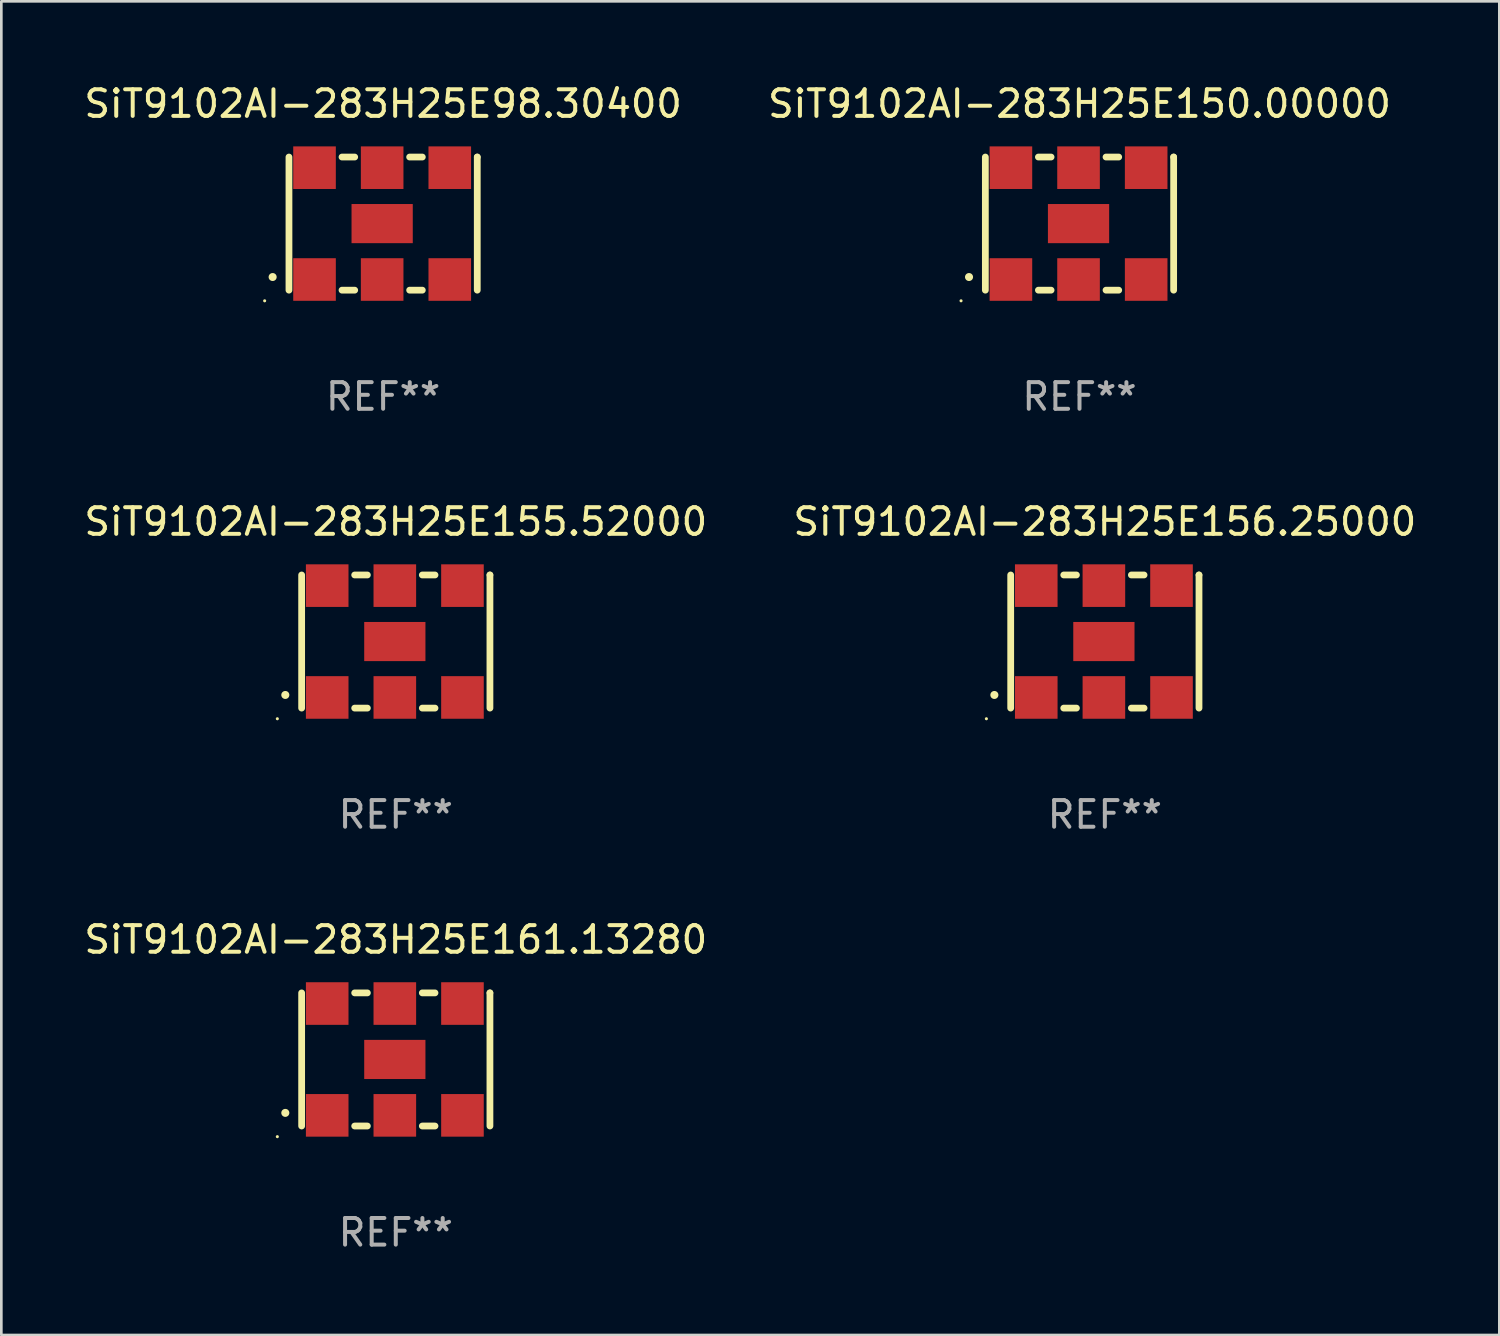
<source format=kicad_pcb>
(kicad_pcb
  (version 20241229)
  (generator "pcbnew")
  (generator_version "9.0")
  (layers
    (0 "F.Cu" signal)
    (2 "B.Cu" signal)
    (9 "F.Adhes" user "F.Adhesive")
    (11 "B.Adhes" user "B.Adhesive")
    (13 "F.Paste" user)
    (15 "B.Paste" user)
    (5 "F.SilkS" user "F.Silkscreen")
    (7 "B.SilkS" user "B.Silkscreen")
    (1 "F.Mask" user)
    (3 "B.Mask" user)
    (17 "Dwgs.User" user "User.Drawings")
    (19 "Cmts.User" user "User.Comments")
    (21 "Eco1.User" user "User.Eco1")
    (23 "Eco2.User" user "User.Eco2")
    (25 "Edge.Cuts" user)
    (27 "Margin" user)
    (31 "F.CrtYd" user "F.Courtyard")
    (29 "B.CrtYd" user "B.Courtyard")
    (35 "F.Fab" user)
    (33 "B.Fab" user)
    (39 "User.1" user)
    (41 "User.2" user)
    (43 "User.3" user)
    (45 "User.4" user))
  (footprint "SiT9102AI-283H25E98.30400"
    (layer "F.Cu")
    (at 11.339 5.348)
    (property "Reference" "SiT9102AI-283H25E98.30400" (at 0 -4.5 0) (layer "F.SilkS") (effects (font (size 1 1) (thickness 0.15))))
    (attr through_hole)
    (fp_line (start -3.536 -2.5) (end -3.536 2.5) (stroke (width 0.254) (type solid)) (layer "F.SilkS"))
    (fp_line (start -1.544 2.5) (end -1.067 2.5) (stroke (width 0.254) (type solid)) (layer "F.SilkS"))
    (fp_line (start -1.067 -2.5) (end -1.544 -2.5) (stroke (width 0.254) (type solid)) (layer "F.SilkS"))
    (fp_line (start 0.996 2.5) (end 1.473 2.5) (stroke (width 0.254) (type solid)) (layer "F.SilkS"))
    (fp_line (start 1.473 -2.5) (end 0.996 -2.5) (stroke (width 0.254) (type solid)) (layer "F.SilkS"))
    (fp_line (start 3.536 -2.5) (end 3.536 -2.5) (stroke (width 0.254) (type solid)) (layer "F.SilkS"))
    (fp_line (start 3.536 2.5) (end 3.536 -2.5) (stroke (width 0.254) (type solid)) (layer "F.SilkS"))
    (fp_arc (start -4.150432 2.006604) (mid -4.149162 2.006599) (end -4.147892 2.006604) (stroke (width 0.3) (type solid)) (layer "F.SilkS"))
    (fp_circle (center -4.449 2.9) (end -4.419 2.9) (stroke (width 0.06) (type solid)) (fill no) (layer "F.SilkS"))
    (fp_text user "REF**" (at 0 6.5 0) (layer "F.Fab") (effects (font (size 1 1) (thickness 0.15))))
    (pad "1" smd rect (at -2.576 2.1) (size 1.6 1.6) (layers "F.Cu" "F.Mask" "F.Paste"))
    (pad "2" smd rect (at -0.036 2.1) (size 1.6 1.6) (layers "F.Cu" "F.Mask" "F.Paste"))
    (pad "3" smd rect (at 2.504 2.1) (size 1.6 1.6) (layers "F.Cu" "F.Mask" "F.Paste"))
    (pad "4" smd rect (at 2.504 -2.1) (size 1.6 1.6) (layers "F.Cu" "F.Mask" "F.Paste"))
    (pad "5" smd rect (at -0.036 -2.1) (size 1.6 1.6) (layers "F.Cu" "F.Mask" "F.Paste"))
    (pad "6" smd rect (at -2.576 -2.1) (size 1.6 1.6) (layers "F.Cu" "F.Mask" "F.Paste"))
    (pad "7" smd rect (at -0.036 0) (size 2.3 1.47) (layers "F.Cu" "F.Mask" "F.Paste")))
  (footprint "SiT9102AI-283H25E156.25000"
    (layer "F.Cu")
    (at 38.446 21.045)
    (property "Reference" "SiT9102AI-283H25E156.25000" (at 0 -4.5 0) (layer "F.SilkS") (effects (font (size 1 1) (thickness 0.15))))
    (attr through_hole)
    (fp_line (start -3.536 -2.5) (end -3.536 2.5) (stroke (width 0.254) (type solid)) (layer "F.SilkS"))
    (fp_line (start -1.544 2.5) (end -1.067 2.5) (stroke (width 0.254) (type solid)) (layer "F.SilkS"))
    (fp_line (start -1.067 -2.5) (end -1.544 -2.5) (stroke (width 0.254) (type solid)) (layer "F.SilkS"))
    (fp_line (start 0.996 2.5) (end 1.473 2.5) (stroke (width 0.254) (type solid)) (layer "F.SilkS"))
    (fp_line (start 1.473 -2.5) (end 0.996 -2.5) (stroke (width 0.254) (type solid)) (layer "F.SilkS"))
    (fp_line (start 3.536 -2.5) (end 3.536 -2.5) (stroke (width 0.254) (type solid)) (layer "F.SilkS"))
    (fp_line (start 3.536 2.5) (end 3.536 -2.5) (stroke (width 0.254) (type solid)) (layer "F.SilkS"))
    (fp_arc (start -4.150432 2.006604) (mid -4.149162 2.006599) (end -4.147892 2.006604) (stroke (width 0.3) (type solid)) (layer "F.SilkS"))
    (fp_circle (center -4.449 2.9) (end -4.419 2.9) (stroke (width 0.06) (type solid)) (fill no) (layer "F.SilkS"))
    (fp_text user "REF**" (at 0 6.5 0) (layer "F.Fab") (effects (font (size 1 1) (thickness 0.15))))
    (pad "1" smd rect (at -2.576 2.1) (size 1.6 1.6) (layers "F.Cu" "F.Mask" "F.Paste"))
    (pad "2" smd rect (at -0.036 2.1) (size 1.6 1.6) (layers "F.Cu" "F.Mask" "F.Paste"))
    (pad "3" smd rect (at 2.504 2.1) (size 1.6 1.6) (layers "F.Cu" "F.Mask" "F.Paste"))
    (pad "4" smd rect (at 2.504 -2.1) (size 1.6 1.6) (layers "F.Cu" "F.Mask" "F.Paste"))
    (pad "5" smd rect (at -0.036 -2.1) (size 1.6 1.6) (layers "F.Cu" "F.Mask" "F.Paste"))
    (pad "6" smd rect (at -2.576 -2.1) (size 1.6 1.6) (layers "F.Cu" "F.Mask" "F.Paste"))
    (pad "7" smd rect (at -0.036 0) (size 2.3 1.47) (layers "F.Cu" "F.Mask" "F.Paste")))
  (footprint "SiT9102AI-283H25E150.00000"
    (layer "F.Cu")
    (at 37.494 5.348)
    (property "Reference" "SiT9102AI-283H25E150.00000" (at 0 -4.5 0) (layer "F.SilkS") (effects (font (size 1 1) (thickness 0.15))))
    (attr through_hole)
    (fp_line (start -3.536 -2.5) (end -3.536 2.5) (stroke (width 0.254) (type solid)) (layer "F.SilkS"))
    (fp_line (start -1.544 2.5) (end -1.067 2.5) (stroke (width 0.254) (type solid)) (layer "F.SilkS"))
    (fp_line (start -1.067 -2.5) (end -1.544 -2.5) (stroke (width 0.254) (type solid)) (layer "F.SilkS"))
    (fp_line (start 0.996 2.5) (end 1.473 2.5) (stroke (width 0.254) (type solid)) (layer "F.SilkS"))
    (fp_line (start 1.473 -2.5) (end 0.996 -2.5) (stroke (width 0.254) (type solid)) (layer "F.SilkS"))
    (fp_line (start 3.536 -2.5) (end 3.536 -2.5) (stroke (width 0.254) (type solid)) (layer "F.SilkS"))
    (fp_line (start 3.536 2.5) (end 3.536 -2.5) (stroke (width 0.254) (type solid)) (layer "F.SilkS"))
    (fp_arc (start -4.150432 2.006604) (mid -4.149162 2.006599) (end -4.147892 2.006604) (stroke (width 0.3) (type solid)) (layer "F.SilkS"))
    (fp_circle (center -4.449 2.9) (end -4.419 2.9) (stroke (width 0.06) (type solid)) (fill no) (layer "F.SilkS"))
    (fp_text user "REF**" (at 0 6.5 0) (layer "F.Fab") (effects (font (size 1 1) (thickness 0.15))))
    (pad "1" smd rect (at -2.576 2.1) (size 1.6 1.6) (layers "F.Cu" "F.Mask" "F.Paste"))
    (pad "2" smd rect (at -0.036 2.1) (size 1.6 1.6) (layers "F.Cu" "F.Mask" "F.Paste"))
    (pad "3" smd rect (at 2.504 2.1) (size 1.6 1.6) (layers "F.Cu" "F.Mask" "F.Paste"))
    (pad "4" smd rect (at 2.504 -2.1) (size 1.6 1.6) (layers "F.Cu" "F.Mask" "F.Paste"))
    (pad "5" smd rect (at -0.036 -2.1) (size 1.6 1.6) (layers "F.Cu" "F.Mask" "F.Paste"))
    (pad "6" smd rect (at -2.576 -2.1) (size 1.6 1.6) (layers "F.Cu" "F.Mask" "F.Paste"))
    (pad "7" smd rect (at -0.036 0) (size 2.3 1.47) (layers "F.Cu" "F.Mask" "F.Paste")))
  (footprint "SiT9102AI-283H25E161.13280"
    (layer "F.Cu")
    (at 11.815 36.741)
    (property "Reference" "SiT9102AI-283H25E161.13280" (at 0 -4.5 0) (layer "F.SilkS") (effects (font (size 1 1) (thickness 0.15))))
    (attr through_hole)
    (fp_line (start -3.536 -2.5) (end -3.536 2.5) (stroke (width 0.254) (type solid)) (layer "F.SilkS"))
    (fp_line (start -1.544 2.5) (end -1.067 2.5) (stroke (width 0.254) (type solid)) (layer "F.SilkS"))
    (fp_line (start -1.067 -2.5) (end -1.544 -2.5) (stroke (width 0.254) (type solid)) (layer "F.SilkS"))
    (fp_line (start 0.996 2.5) (end 1.473 2.5) (stroke (width 0.254) (type solid)) (layer "F.SilkS"))
    (fp_line (start 1.473 -2.5) (end 0.996 -2.5) (stroke (width 0.254) (type solid)) (layer "F.SilkS"))
    (fp_line (start 3.536 -2.5) (end 3.536 -2.5) (stroke (width 0.254) (type solid)) (layer "F.SilkS"))
    (fp_line (start 3.536 2.5) (end 3.536 -2.5) (stroke (width 0.254) (type solid)) (layer "F.SilkS"))
    (fp_arc (start -4.150432 2.006604) (mid -4.149162 2.006599) (end -4.147892 2.006604) (stroke (width 0.3) (type solid)) (layer "F.SilkS"))
    (fp_circle (center -4.449 2.9) (end -4.419 2.9) (stroke (width 0.06) (type solid)) (fill no) (layer "F.SilkS"))
    (fp_text user "REF**" (at 0 6.5 0) (layer "F.Fab") (effects (font (size 1 1) (thickness 0.15))))
    (pad "1" smd rect (at -2.576 2.1) (size 1.6 1.6) (layers "F.Cu" "F.Mask" "F.Paste"))
    (pad "2" smd rect (at -0.036 2.1) (size 1.6 1.6) (layers "F.Cu" "F.Mask" "F.Paste"))
    (pad "3" smd rect (at 2.504 2.1) (size 1.6 1.6) (layers "F.Cu" "F.Mask" "F.Paste"))
    (pad "4" smd rect (at 2.504 -2.1) (size 1.6 1.6) (layers "F.Cu" "F.Mask" "F.Paste"))
    (pad "5" smd rect (at -0.036 -2.1) (size 1.6 1.6) (layers "F.Cu" "F.Mask" "F.Paste"))
    (pad "6" smd rect (at -2.576 -2.1) (size 1.6 1.6) (layers "F.Cu" "F.Mask" "F.Paste"))
    (pad "7" smd rect (at -0.036 0) (size 2.3 1.47) (layers "F.Cu" "F.Mask" "F.Paste")))
  (footprint "SiT9102AI-283H25E155.52000"
    (layer "F.Cu")
    (at 11.815 21.045)
    (property "Reference" "SiT9102AI-283H25E155.52000" (at 0 -4.5 0) (layer "F.SilkS") (effects (font (size 1 1) (thickness 0.15))))
    (attr through_hole)
    (fp_line (start -3.536 -2.5) (end -3.536 2.5) (stroke (width 0.254) (type solid)) (layer "F.SilkS"))
    (fp_line (start -1.544 2.5) (end -1.067 2.5) (stroke (width 0.254) (type solid)) (layer "F.SilkS"))
    (fp_line (start -1.067 -2.5) (end -1.544 -2.5) (stroke (width 0.254) (type solid)) (layer "F.SilkS"))
    (fp_line (start 0.996 2.5) (end 1.473 2.5) (stroke (width 0.254) (type solid)) (layer "F.SilkS"))
    (fp_line (start 1.473 -2.5) (end 0.996 -2.5) (stroke (width 0.254) (type solid)) (layer "F.SilkS"))
    (fp_line (start 3.536 -2.5) (end 3.536 -2.5) (stroke (width 0.254) (type solid)) (layer "F.SilkS"))
    (fp_line (start 3.536 2.5) (end 3.536 -2.5) (stroke (width 0.254) (type solid)) (layer "F.SilkS"))
    (fp_arc (start -4.150432 2.006604) (mid -4.149162 2.006599) (end -4.147892 2.006604) (stroke (width 0.3) (type solid)) (layer "F.SilkS"))
    (fp_circle (center -4.449 2.9) (end -4.419 2.9) (stroke (width 0.06) (type solid)) (fill no) (layer "F.SilkS"))
    (fp_text user "REF**" (at 0 6.5 0) (layer "F.Fab") (effects (font (size 1 1) (thickness 0.15))))
    (pad "1" smd rect (at -2.576 2.1) (size 1.6 1.6) (layers "F.Cu" "F.Mask" "F.Paste"))
    (pad "2" smd rect (at -0.036 2.1) (size 1.6 1.6) (layers "F.Cu" "F.Mask" "F.Paste"))
    (pad "3" smd rect (at 2.504 2.1) (size 1.6 1.6) (layers "F.Cu" "F.Mask" "F.Paste"))
    (pad "4" smd rect (at 2.504 -2.1) (size 1.6 1.6) (layers "F.Cu" "F.Mask" "F.Paste"))
    (pad "5" smd rect (at -0.036 -2.1) (size 1.6 1.6) (layers "F.Cu" "F.Mask" "F.Paste"))
    (pad "6" smd rect (at -2.576 -2.1) (size 1.6 1.6) (layers "F.Cu" "F.Mask" "F.Paste"))
    (pad "7" smd rect (at -0.036 0) (size 2.3 1.47) (layers "F.Cu" "F.Mask" "F.Paste")))
  (gr_rect
    (start -3 -3)
    (end 53.262 47.09)
    (stroke (width 0.1) (type default))
    (fill no)
    (layer "Edge.Cuts")))
</source>
